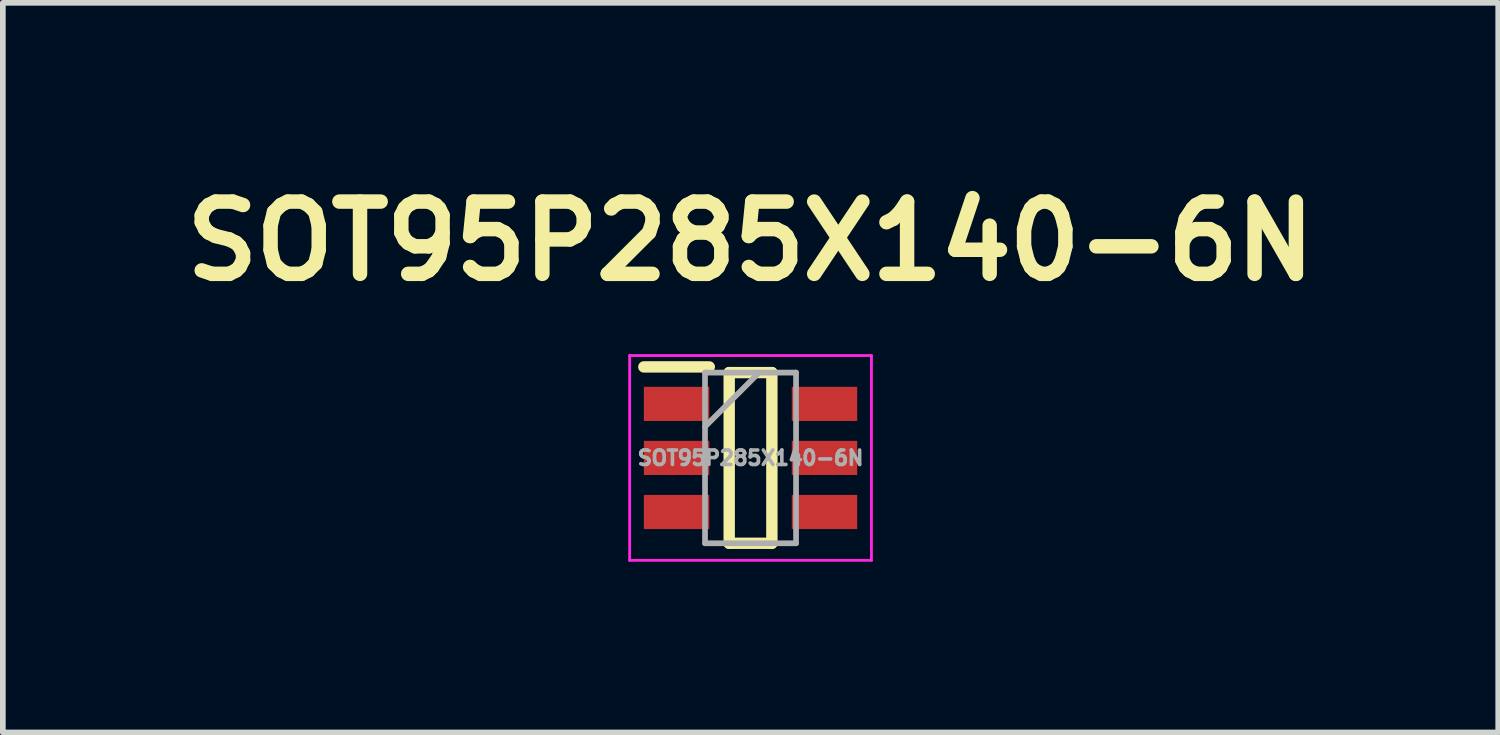
<source format=kicad_pcb>
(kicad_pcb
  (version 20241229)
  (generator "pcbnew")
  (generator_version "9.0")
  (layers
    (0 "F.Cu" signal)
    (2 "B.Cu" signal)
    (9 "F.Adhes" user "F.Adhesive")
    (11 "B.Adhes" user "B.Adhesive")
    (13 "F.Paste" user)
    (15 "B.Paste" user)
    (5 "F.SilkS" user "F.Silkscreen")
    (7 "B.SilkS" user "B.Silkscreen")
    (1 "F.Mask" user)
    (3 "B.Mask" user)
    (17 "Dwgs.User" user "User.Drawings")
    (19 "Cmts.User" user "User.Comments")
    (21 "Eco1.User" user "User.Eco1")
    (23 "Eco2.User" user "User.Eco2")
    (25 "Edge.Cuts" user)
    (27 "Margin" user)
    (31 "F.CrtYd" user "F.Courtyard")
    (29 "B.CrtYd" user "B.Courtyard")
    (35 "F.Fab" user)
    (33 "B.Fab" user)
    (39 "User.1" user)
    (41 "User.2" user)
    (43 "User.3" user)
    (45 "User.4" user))
  (footprint "SOT95P285X140-6N"
    (layer "F.Cu")
    (at 10.142 4.999)
    (property "Reference" "SOT95P285X140-6N" (at 0 -3.81 0) (layer "F.SilkS") (effects (font (size 1.27 1.27) (thickness 0.254))))
    (attr smd)
    (fp_line (start -1.875 -1.6) (end -0.725 -1.6) (stroke (width 0.2) (type solid)) (layer "F.SilkS"))
    (fp_line (start -0.375 -1.5) (end 0.375 -1.5) (stroke (width 0.2) (type solid)) (layer "F.SilkS"))
    (fp_line (start -0.375 1.5) (end -0.375 -1.5) (stroke (width 0.2) (type solid)) (layer "F.SilkS"))
    (fp_line (start 0.375 -1.5) (end 0.375 1.5) (stroke (width 0.2) (type solid)) (layer "F.SilkS"))
    (fp_line (start 0.375 1.5) (end -0.375 1.5) (stroke (width 0.2) (type solid)) (layer "F.SilkS"))
    (fp_line (start -2.125 -1.8) (end 2.125 -1.8) (stroke (width 0.05) (type solid)) (layer "F.CrtYd"))
    (fp_line (start -2.125 1.8) (end -2.125 -1.8) (stroke (width 0.05) (type solid)) (layer "F.CrtYd"))
    (fp_line (start 2.125 -1.8) (end 2.125 1.8) (stroke (width 0.05) (type solid)) (layer "F.CrtYd"))
    (fp_line (start 2.125 1.8) (end -2.125 1.8) (stroke (width 0.05) (type solid)) (layer "F.CrtYd"))
    (fp_line (start -0.8 -1.5) (end 0.8 -1.5) (stroke (width 0.1) (type solid)) (layer "F.Fab"))
    (fp_line (start -0.8 -0.55) (end 0.15 -1.5) (stroke (width 0.1) (type solid)) (layer "F.Fab"))
    (fp_line (start -0.8 1.5) (end -0.8 -1.5) (stroke (width 0.1) (type solid)) (layer "F.Fab"))
    (fp_line (start 0.8 -1.5) (end 0.8 1.5) (stroke (width 0.1) (type solid)) (layer "F.Fab"))
    (fp_line (start 0.8 1.5) (end -0.8 1.5) (stroke (width 0.1) (type solid)) (layer "F.Fab"))
    (fp_text user "${REFERENCE}" (at 0 0 0) (layer "F.Fab") (effects (font (size 0.254 0.254) (thickness 0.064))))
    (pad "1" smd rect (at -1.3 -0.95 90) (size 0.6 1.15) (layers "F.Cu" "F.Mask" "F.Paste"))
    (pad "2" smd rect (at -1.3 0 90) (size 0.6 1.15) (layers "F.Cu" "F.Mask" "F.Paste"))
    (pad "3" smd rect (at -1.3 0.95 90) (size 0.6 1.15) (layers "F.Cu" "F.Mask" "F.Paste"))
    (pad "4" smd rect (at 1.3 0.95 90) (size 0.6 1.15) (layers "F.Cu" "F.Mask" "F.Paste"))
    (pad "5" smd rect (at 1.3 0 90) (size 0.6 1.15) (layers "F.Cu" "F.Mask" "F.Paste"))
    (pad "6" smd rect (at 1.3 -0.95 90) (size 0.6 1.15) (layers "F.Cu" "F.Mask" "F.Paste")))
  (gr_rect
    (start -3 -3)
    (end 23.284 9.824)
    (stroke (width 0.1) (type default))
    (fill no)
    (layer "Edge.Cuts")))
</source>
